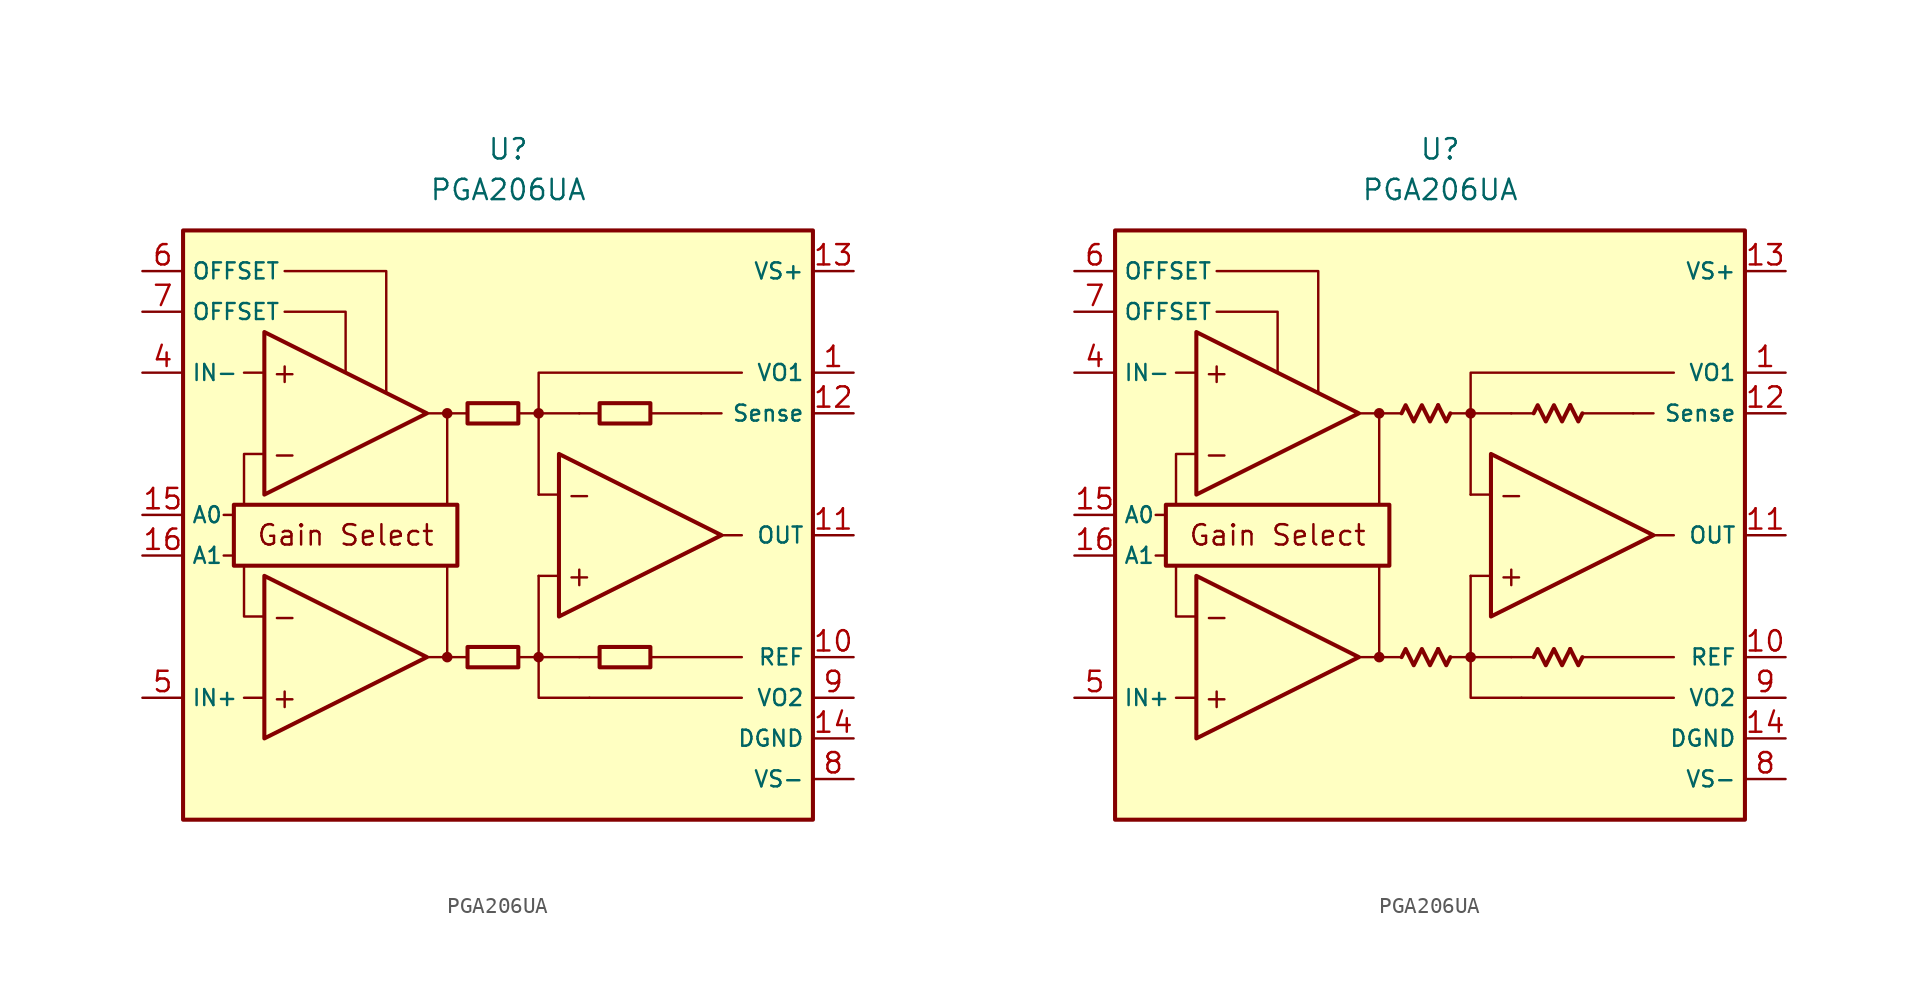
<source format=kicad_sym>
(kicad_symbol_lib
  (version 20231120)
  (generator "kicad_symbol_editor")
  (generator_version "8.0")
  (symbol "PGA206UA"
    (property "Reference" "U"
      (at 0 22.86 0)
      (effects (font (size 1.27 1.27))))
    (property "Value" "PGA206UA"
      (at 0 20.32 0)
      (effects (font (size 1.27 1.27))))
    (symbol "PGA206UA_0_0"
      (rectangle (start -20.32 17.78) (end 19.05 -19.05) (stroke (width 0.254) (type default)) (fill (type background)))
      (rectangle (start -17.145 0.635) (end -3.175 -3.175) (stroke (width 0.254) (type default)) (fill (type none)))
      (circle (center -3.81 -8.89) (radius 0.254) (stroke (width 0.152) (type default)) (fill (type outline)))
      (circle (center -3.81 6.35) (radius 0.254) (stroke (width 0.152) (type default)) (fill (type outline)))
      (polyline (pts (xy -1.27 -8.89)) (stroke (width 0.152) (type default)) (fill (type none)))
      (polyline (pts (xy -1.27 6.35)) (stroke (width 0.152) (type default)) (fill (type none)))
      (polyline (pts (xy 5.715 6.35)) (stroke (width 0.152) (type default)) (fill (type none)))
      (polyline (pts (xy -17.145 -2.54) (xy -17.78 -2.54)) (stroke (width 0.152) (type default)) (fill (type none)))
      (polyline (pts (xy -17.145 0) (xy -17.78 0)) (stroke (width 0.152) (type default)) (fill (type none)))
      (polyline (pts (xy -15.24 -11.43) (xy -16.51 -11.43)) (stroke (width 0.152) (type default)) (fill (type none)))
      (polyline (pts (xy -15.24 8.89) (xy -16.51 8.89)) (stroke (width 0.152) (type default)) (fill (type none)))
      (polyline (pts (xy -5.08 -8.89) (xy -2.54 -8.89)) (stroke (width 0.152) (type default)) (fill (type none)))
      (polyline (pts (xy -5.08 6.35) (xy -2.54 6.35)) (stroke (width 0.152) (type default)) (fill (type none)))
      (polyline (pts (xy -3.81 -8.89) (xy -3.81 -3.175)) (stroke (width 0.152) (type default)) (fill (type none)))
      (polyline (pts (xy -3.81 0.635) (xy -3.81 6.35)) (stroke (width 0.152) (type default)) (fill (type none)))
      (polyline (pts (xy 0.635 -8.89) (xy 1.905 -8.89)) (stroke (width 0.152) (type default)) (fill (type none)))
      (polyline (pts (xy 0.635 6.35) (xy 1.905 6.35)) (stroke (width 0.152) (type default)) (fill (type none)))
      (polyline (pts (xy 3.175 -3.81) (xy 1.905 -3.81)) (stroke (width 0.152) (type default)) (fill (type none)))
      (polyline (pts (xy 3.175 1.27) (xy 1.905 1.27)) (stroke (width 0.152) (type default)) (fill (type none)))
      (polyline (pts (xy 4.445 -8.89) (xy 1.905 -8.89)) (stroke (width 0.152) (type default)) (fill (type none)))
      (polyline (pts (xy 4.445 -8.89) (xy 5.715 -8.89)) (stroke (width 0.152) (type default)) (fill (type none)))
      (polyline (pts (xy 4.445 6.35) (xy 1.905 6.35)) (stroke (width 0.152) (type default)) (fill (type none)))
      (polyline (pts (xy 4.445 6.35) (xy 5.715 6.35)) (stroke (width 0.152) (type default)) (fill (type none)))
      (polyline (pts (xy 8.89 -8.89) (xy 14.605 -8.89)) (stroke (width 0.152) (type default)) (fill (type none)))
      (polyline (pts (xy 8.89 6.35) (xy 12.065 6.35)) (stroke (width 0.152) (type default)) (fill (type none)))
      (polyline (pts (xy 12.065 6.35) (xy 13.335 6.35)) (stroke (width 0.152) (type default)) (fill (type none)))
      (polyline (pts (xy 13.335 -1.27) (xy 14.605 -1.27)) (stroke (width 0.152) (type default)) (fill (type none)))
      (polyline (pts (xy 14.605 -11.43) (xy 5.08 -11.43)) (stroke (width 0.152) (type default)) (fill (type none)))
      (polyline (pts (xy -16.51 -3.175) (xy -16.51 -6.35) (xy -15.24 -6.35)) (stroke (width 0.152) (type default)) (fill (type none)))
      (polyline (pts (xy -15.24 3.81) (xy -16.51 3.81) (xy -16.51 0.635)) (stroke (width 0.152) (type default)) (fill (type none)))
      (polyline (pts (xy -13.97 12.7) (xy -10.16 12.7) (xy -10.16 8.89)) (stroke (width 0.152) (type default)) (fill (type none)))
      (polyline (pts (xy -7.62 7.62) (xy -7.62 15.24) (xy -13.97 15.24)) (stroke (width 0.152) (type default)) (fill (type none)))
      (polyline (pts (xy 1.905 -3.81) (xy 1.905 -11.43) (xy 5.08 -11.43)) (stroke (width 0.152) (type default)) (fill (type none)))
      (polyline (pts (xy 14.605 8.89) (xy 1.905 8.89) (xy 1.905 1.27)) (stroke (width 0.152) (type default)) (fill (type none)))
      (circle (center 1.905 -8.89) (radius 0.254) (stroke (width 0.152) (type default)) (fill (type outline)))
      (circle (center 1.905 6.35) (radius 0.254) (stroke (width 0.152) (type default)) (fill (type outline)))
      (text "+" (at -13.97 -11.43 0) (effects (font (size 1.27 1.27))))
      (text "+" (at -13.97 8.89 0) (effects (font (size 1.27 1.27))))
      (text "+" (at 4.445 -3.81 0) (effects (font (size 1.27 1.27))))
      (text "-" (at -13.97 -6.35 0) (effects (font (size 1.27 1.27))))
      (text "-" (at -13.97 3.81 0) (effects (font (size 1.27 1.27))))
      (text "-" (at 4.445 1.27 0) (effects (font (size 1.27 1.27))))
      (text "Gain Select" (at -10.16 -1.27 0) (effects (font (size 1.27 1.27)))))
    (symbol "PGA206UA_0_1"
      (rectangle (start -2.54 -8.255) (end 0.635 -9.525) (stroke (width 0.254) (type default)) (fill (type none)))
      (rectangle (start -2.54 6.985) (end 0.635 5.715) (stroke (width 0.254) (type default)) (fill (type none)))
      (rectangle (start 5.715 -8.255) (end 8.89 -9.525) (stroke (width 0.254) (type default)) (fill (type none)))
      (rectangle (start 5.715 6.985) (end 8.89 5.715) (stroke (width 0.254) (type default)) (fill (type none))))
    (symbol "PGA206UA_0_2"
      (polyline (pts (xy -0.127 -8.382) (xy 0.381 -9.398) (xy 0.635 -8.89)) (stroke (width 0.254) (type default)) (fill (type none)))
      (polyline (pts (xy -0.127 6.858) (xy 0.381 5.842) (xy 0.635 6.35)) (stroke (width 0.254) (type default)) (fill (type none)))
      (polyline (pts (xy 8.128 -8.382) (xy 8.636 -9.398) (xy 8.89 -8.89)) (stroke (width 0.254) (type default)) (fill (type none)))
      (polyline (pts (xy 8.128 6.858) (xy 8.636 5.842) (xy 8.89 6.35)) (stroke (width 0.254) (type default)) (fill (type none)))
      (polyline (pts (xy -2.413 -8.89) (xy -2.159 -8.382) (xy -1.651 -9.398) (xy -1.143 -8.382) (xy -0.635 -9.398) (xy -0.127 -8.382)) (stroke (width 0.254) (type default)) (fill (type none)))
      (polyline (pts (xy -2.413 6.35) (xy -2.159 6.858) (xy -1.651 5.842) (xy -1.143 6.858) (xy -0.635 5.842) (xy -0.127 6.858)) (stroke (width 0.254) (type default)) (fill (type none)))
      (polyline (pts (xy 5.842 -8.89) (xy 6.096 -8.382) (xy 6.604 -9.398) (xy 7.112 -8.382) (xy 7.62 -9.398) (xy 8.128 -8.382)) (stroke (width 0.254) (type default)) (fill (type none)))
      (polyline (pts (xy 5.842 6.35) (xy 6.096 6.858) (xy 6.604 5.842) (xy 7.112 6.858) (xy 7.62 5.842) (xy 8.128 6.858)) (stroke (width 0.254) (type default)) (fill (type none))))
    (symbol "PGA206UA_1_0"
      (polyline (pts (xy -15.24 -3.81) (xy -15.24 -13.97) (xy -5.08 -8.89) (xy -15.24 -3.81)) (stroke (width 0.254) (type default)) (fill (type background)))
      (polyline (pts (xy -15.24 11.43) (xy -15.24 1.27) (xy -5.08 6.35) (xy -15.24 11.43)) (stroke (width 0.254) (type default)) (fill (type background)))
      (polyline (pts (xy 3.175 3.81) (xy 3.175 -6.35) (xy 13.335 -1.27) (xy 3.175 3.81)) (stroke (width 0.254) (type default)) (fill (type background))))
    (symbol "PGA206UA_1_1"
      (pin passive line (at 21.59 8.89 180) (length 2.54) (name "VO1" (effects (font (size 1 1)))) (number "1" (effects (font (size 1.27 1.27)))))
      (pin passive line (at 21.59 -8.89 180) (length 2.54) (name "REF" (effects (font (size 1 1)))) (number "10" (effects (font (size 1.27 1.27)))))
      (pin output line (at 21.59 -1.27 180) (length 2.54) (name "OUT" (effects (font (size 1 1)))) (number "11" (effects (font (size 1.27 1.27)))))
      (pin passive line (at 21.59 6.35 180) (length 2.54) (name "Sense" (effects (font (size 1 1)))) (number "12" (effects (font (size 1.27 1.27)))))
      (pin power_in line (at 21.59 15.24 180) (length 2.54) (name "VS+" (effects (font (size 1 1)))) (number "13" (effects (font (size 1.27 1.27)))))
      (pin power_in line (at 21.59 -13.97 180) (length 2.54) (name "DGND" (effects (font (size 1 1)))) (number "14" (effects (font (size 1.27 1.27)))))
      (pin input line (at -22.86 0 0) (length 2.54) (name "A0" (effects (font (size 1 1)))) (number "15" (effects (font (size 1.27 1.27)))))
      (pin input line (at -22.86 -2.54 0) (length 2.54) (name "A1" (effects (font (size 1 1)))) (number "16" (effects (font (size 1.27 1.27)))))
      (pin free line (at -1.27 -12.7 0) (length 2.54) hide (name "NC" (effects (font (size 1.27 1.27)))) (number "2" (effects (font (size 1.27 1.27)))))
      (pin free line (at -1.27 -15.24 0) (length 2.54) hide (name "NC" (effects (font (size 1.27 1.27)))) (number "3" (effects (font (size 1.27 1.27)))))
      (pin input line (at -22.86 8.89 0) (length 2.54) (name "IN-" (effects (font (size 1 1)))) (number "4" (effects (font (size 1.27 1.27)))))
      (pin input line (at -22.86 -11.43 0) (length 2.54) (name "IN+" (effects (font (size 1 1)))) (number "5" (effects (font (size 1.27 1.27)))))
      (pin passive line (at -22.86 15.24 0) (length 2.54) (name "OFFSET" (effects (font (size 1 1)))) (number "6" (effects (font (size 1.27 1.27)))))
      (pin passive line (at -22.86 12.7 0) (length 2.54) (name "OFFSET" (effects (font (size 1 1)))) (number "7" (effects (font (size 1.27 1.27)))))
      (pin power_in line (at 21.59 -16.51 180) (length 2.54) (name "VS-" (effects (font (size 1 1)))) (number "8" (effects (font (size 1.27 1.27)))))
      (pin passive line (at 21.59 -11.43 180) (length 2.54) (name "VO2" (effects (font (size 1 1)))) (number "9" (effects (font (size 1.27 1.27))))))
    (symbol "PGA206UA_1_2"
      (pin passive line (at 21.59 8.89 180) (length 2.54) (name "VO1" (effects (font (size 1 1)))) (number "1" (effects (font (size 1.27 1.27)))))
      (pin passive line (at 21.59 -8.89 180) (length 2.54) (name "REF" (effects (font (size 1 1)))) (number "10" (effects (font (size 1.27 1.27)))))
      (pin output line (at 21.59 -1.27 180) (length 2.54) (name "OUT" (effects (font (size 1 1)))) (number "11" (effects (font (size 1.27 1.27)))))
      (pin passive line (at 21.59 6.35 180) (length 2.54) (name "Sense" (effects (font (size 1 1)))) (number "12" (effects (font (size 1.27 1.27)))))
      (pin power_in line (at 21.59 15.24 180) (length 2.54) (name "VS+" (effects (font (size 1 1)))) (number "13" (effects (font (size 1.27 1.27)))))
      (pin power_in line (at 21.59 -13.97 180) (length 2.54) (name "DGND" (effects (font (size 1 1)))) (number "14" (effects (font (size 1.27 1.27)))))
      (pin input line (at -22.86 0 0) (length 2.54) (name "A0" (effects (font (size 1 1)))) (number "15" (effects (font (size 1.27 1.27)))))
      (pin input line (at -22.86 -2.54 0) (length 2.54) (name "A1" (effects (font (size 1 1)))) (number "16" (effects (font (size 1.27 1.27)))))
      (pin no_connect line (at -1.27 -12.7 0) (length 2.54) hide (name "NC" (effects (font (size 1.27 1.27)))) (number "2" (effects (font (size 1.27 1.27)))))
      (pin no_connect line (at -1.27 -15.24 0) (length 2.54) hide (name "NC" (effects (font (size 1.27 1.27)))) (number "3" (effects (font (size 1.27 1.27)))))
      (pin input line (at -22.86 8.89 0) (length 2.54) (name "IN-" (effects (font (size 1 1)))) (number "4" (effects (font (size 1.27 1.27)))))
      (pin input line (at -22.86 -11.43 0) (length 2.54) (name "IN+" (effects (font (size 1 1)))) (number "5" (effects (font (size 1.27 1.27)))))
      (pin passive line (at -22.86 15.24 0) (length 2.54) (name "OFFSET" (effects (font (size 1 1)))) (number "6" (effects (font (size 1.27 1.27)))))
      (pin passive line (at -22.86 12.7 0) (length 2.54) (name "OFFSET" (effects (font (size 1 1)))) (number "7" (effects (font (size 1.27 1.27)))))
      (pin power_in line (at 21.59 -16.51 180) (length 2.54) (name "VS-" (effects (font (size 1 1)))) (number "8" (effects (font (size 1.27 1.27)))))
      (pin passive line (at 21.59 -11.43 180) (length 2.54) (name "VO2" (effects (font (size 1 1)))) (number "9" (effects (font (size 1.27 1.27))))))))
</source>
